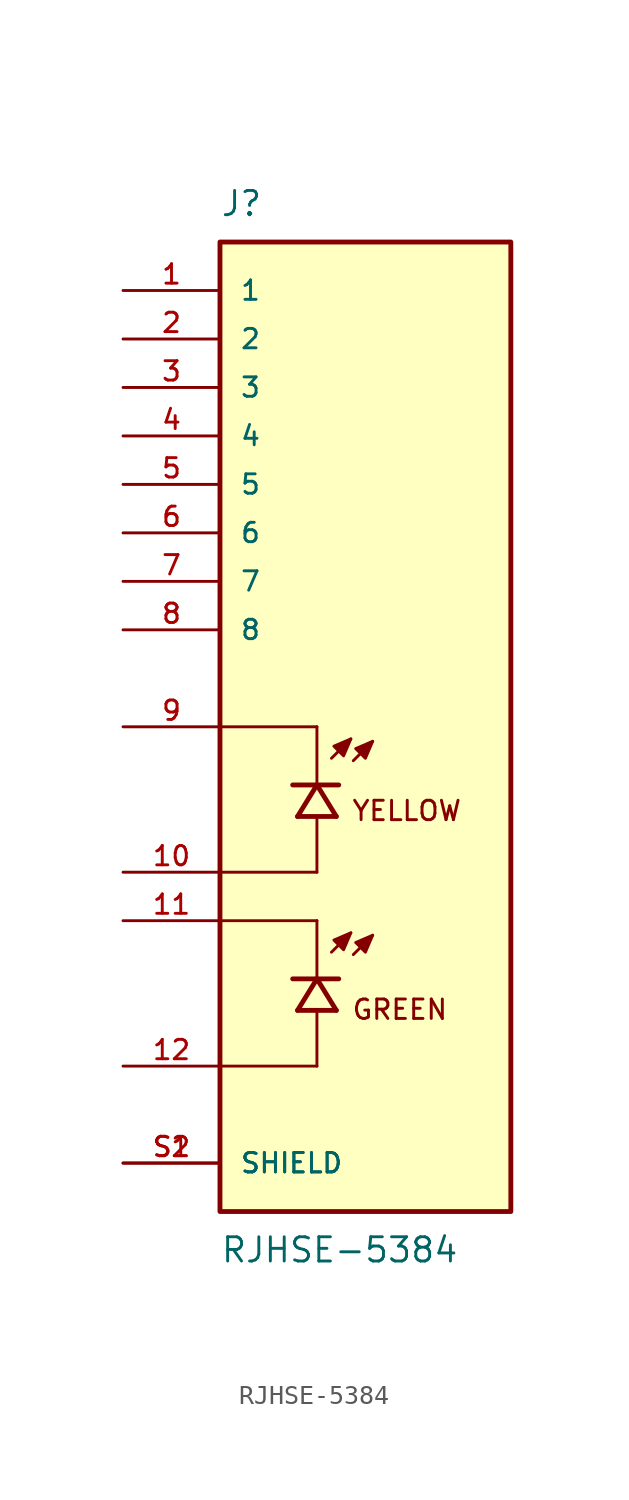
<source format=kicad_sym>
(kicad_symbol_lib
  (version 20211014)
  (generator kicad_symbol_editor)
  (symbol "RJHSE-5384"
    (pin_names
      (offset 1.016))
    (property "Reference" "J"
      (at -7.62 26.67 0)
      (effects (font (size 1.27 1.27)) (justify bottom left)))
    (property "Value" "RJHSE-5384"
      (at -7.62 -26.67 0)
      (effects (font (size 1.27 1.27)) (justify top left)))
    (symbol "RJHSE-5384_0_0"
      (polyline (pts (xy -1.778 -1.651) (xy -0.762 -0.635)) (stroke (width 0.152)))
      (polyline (pts (xy -0.635 -1.778) (xy 0.381 -0.762)) (stroke (width 0.152)))
      (polyline (pts (xy -0.762 -0.635) (xy -1.651 -1.016) (xy -1.143 -1.524) (xy -0.762 -0.635)) (stroke (width 0.152)) (fill (type outline)))
      (polyline (pts (xy 0.381 -0.762) (xy -0.508 -1.143) (xy 0.0 -1.651) (xy 0.381 -0.762)) (stroke (width 0.152)) (fill (type outline)))
      (text "YELLOW" (at -0.762 -3.81 0) (effects (font (size 1.016 1.016)) (justify top left)))
      (polyline (pts (xy -1.524 -4.699) (xy -2.54 -3.048)) (stroke (width 0.254)))
      (polyline (pts (xy -2.54 -3.048) (xy -3.556 -4.699)) (stroke (width 0.254)))
      (polyline (pts (xy -1.397 -3.048) (xy -2.54 -3.048)) (stroke (width 0.254)))
      (polyline (pts (xy -2.54 -3.048) (xy -3.81 -3.048)) (stroke (width 0.254)))
      (polyline (pts (xy -1.524 -4.699) (xy -3.556 -4.699)) (stroke (width 0.254)))
      (polyline (pts (xy -2.54 -7.62) (xy -2.54 -4.826)) (stroke (width 0.152)))
      (polyline (pts (xy -2.54 -2.921) (xy -2.54 0.0)) (stroke (width 0.152)))
      (polyline (pts (xy -2.54 0.0) (xy -7.62 0.0)) (stroke (width 0.152)))
      (polyline (pts (xy -2.54 -7.62) (xy -7.62 -7.62)) (stroke (width 0.152)))
      (polyline (pts (xy -1.778 -11.811) (xy -0.762 -10.795)) (stroke (width 0.152)))
      (polyline (pts (xy -0.635 -11.938) (xy 0.381 -10.922)) (stroke (width 0.152)))
      (polyline (pts (xy -0.762 -10.795) (xy -1.651 -11.176) (xy -1.143 -11.684) (xy -0.762 -10.795)) (stroke (width 0.152)) (fill (type outline)))
      (polyline (pts (xy 0.381 -10.922) (xy -0.508 -11.303) (xy 0.0 -11.811) (xy 0.381 -10.922)) (stroke (width 0.152)) (fill (type outline)))
      (polyline (pts (xy -1.524 -14.859) (xy -2.54 -13.208)) (stroke (width 0.254)))
      (polyline (pts (xy -2.54 -13.208) (xy -3.556 -14.859)) (stroke (width 0.254)))
      (polyline (pts (xy -1.397 -13.208) (xy -2.54 -13.208)) (stroke (width 0.254)))
      (polyline (pts (xy -2.54 -13.208) (xy -3.81 -13.208)) (stroke (width 0.254)))
      (polyline (pts (xy -1.524 -14.859) (xy -3.556 -14.859)) (stroke (width 0.254)))
      (polyline (pts (xy -2.54 -17.78) (xy -2.54 -14.986)) (stroke (width 0.152)))
      (polyline (pts (xy -2.54 -13.081) (xy -2.54 -10.16)) (stroke (width 0.152)))
      (polyline (pts (xy -2.54 -10.16) (xy -7.62 -10.16)) (stroke (width 0.152)))
      (polyline (pts (xy -2.54 -17.78) (xy -7.62 -17.78)) (stroke (width 0.152)))
      (text "GREEN" (at -0.762 -14.224 0) (effects (font (size 1.016 1.016)) (justify top left)))
      (rectangle (start -7.62 -25.4) (end 7.62 25.4) (stroke (width 0.254)) (fill (type background)))
      (pin passive line (at -12.7 22.86 0) (length 5.08) (name "1" (effects (font (size 1.016 1.016)))) (number "1" (effects (font (size 1.016 1.016)))))
      (pin passive line (at -12.7 20.32 0) (length 5.08) (name "2" (effects (font (size 1.016 1.016)))) (number "2" (effects (font (size 1.016 1.016)))))
      (pin passive line (at -12.7 17.78 0) (length 5.08) (name "3" (effects (font (size 1.016 1.016)))) (number "3" (effects (font (size 1.016 1.016)))))
      (pin passive line (at -12.7 15.24 0) (length 5.08) (name "4" (effects (font (size 1.016 1.016)))) (number "4" (effects (font (size 1.016 1.016)))))
      (pin passive line (at -12.7 12.7 0) (length 5.08) (name "5" (effects (font (size 1.016 1.016)))) (number "5" (effects (font (size 1.016 1.016)))))
      (pin passive line (at -12.7 10.16 0) (length 5.08) (name "6" (effects (font (size 1.016 1.016)))) (number "6" (effects (font (size 1.016 1.016)))))
      (pin passive line (at -12.7 7.62 0) (length 5.08) (name "7" (effects (font (size 1.016 1.016)))) (number "7" (effects (font (size 1.016 1.016)))))
      (pin passive line (at -12.7 5.08 0) (length 5.08) (name "8" (effects (font (size 1.016 1.016)))) (number "8" (effects (font (size 1.016 1.016)))))
      (pin passive line (at -12.7 -7.62 0) (length 5.08) (name "~" (effects (font (size 1.016 1.016)))) (number "10" (effects (font (size 1.016 1.016)))))
      (pin passive line (at -12.7 0.0 0) (length 5.08) (name "~" (effects (font (size 1.016 1.016)))) (number "9" (effects (font (size 1.016 1.016)))))
      (pin passive line (at -12.7 -17.78 0) (length 5.08) (name "~" (effects (font (size 1.016 1.016)))) (number "12" (effects (font (size 1.016 1.016)))))
      (pin passive line (at -12.7 -10.16 0) (length 5.08) (name "~" (effects (font (size 1.016 1.016)))) (number "11" (effects (font (size 1.016 1.016)))))
      (pin passive line (at -12.7 -22.86 0) (length 5.08) (name "SHIELD" (effects (font (size 1.016 1.016)))) (number "S1" (effects (font (size 1.016 1.016)))))
      (pin passive line (at -12.7 -22.86 0) (length 5.08) (name "SHIELD" (effects (font (size 1.016 1.016)))) (number "S2" (effects (font (size 1.016 1.016))))))))
</source>
